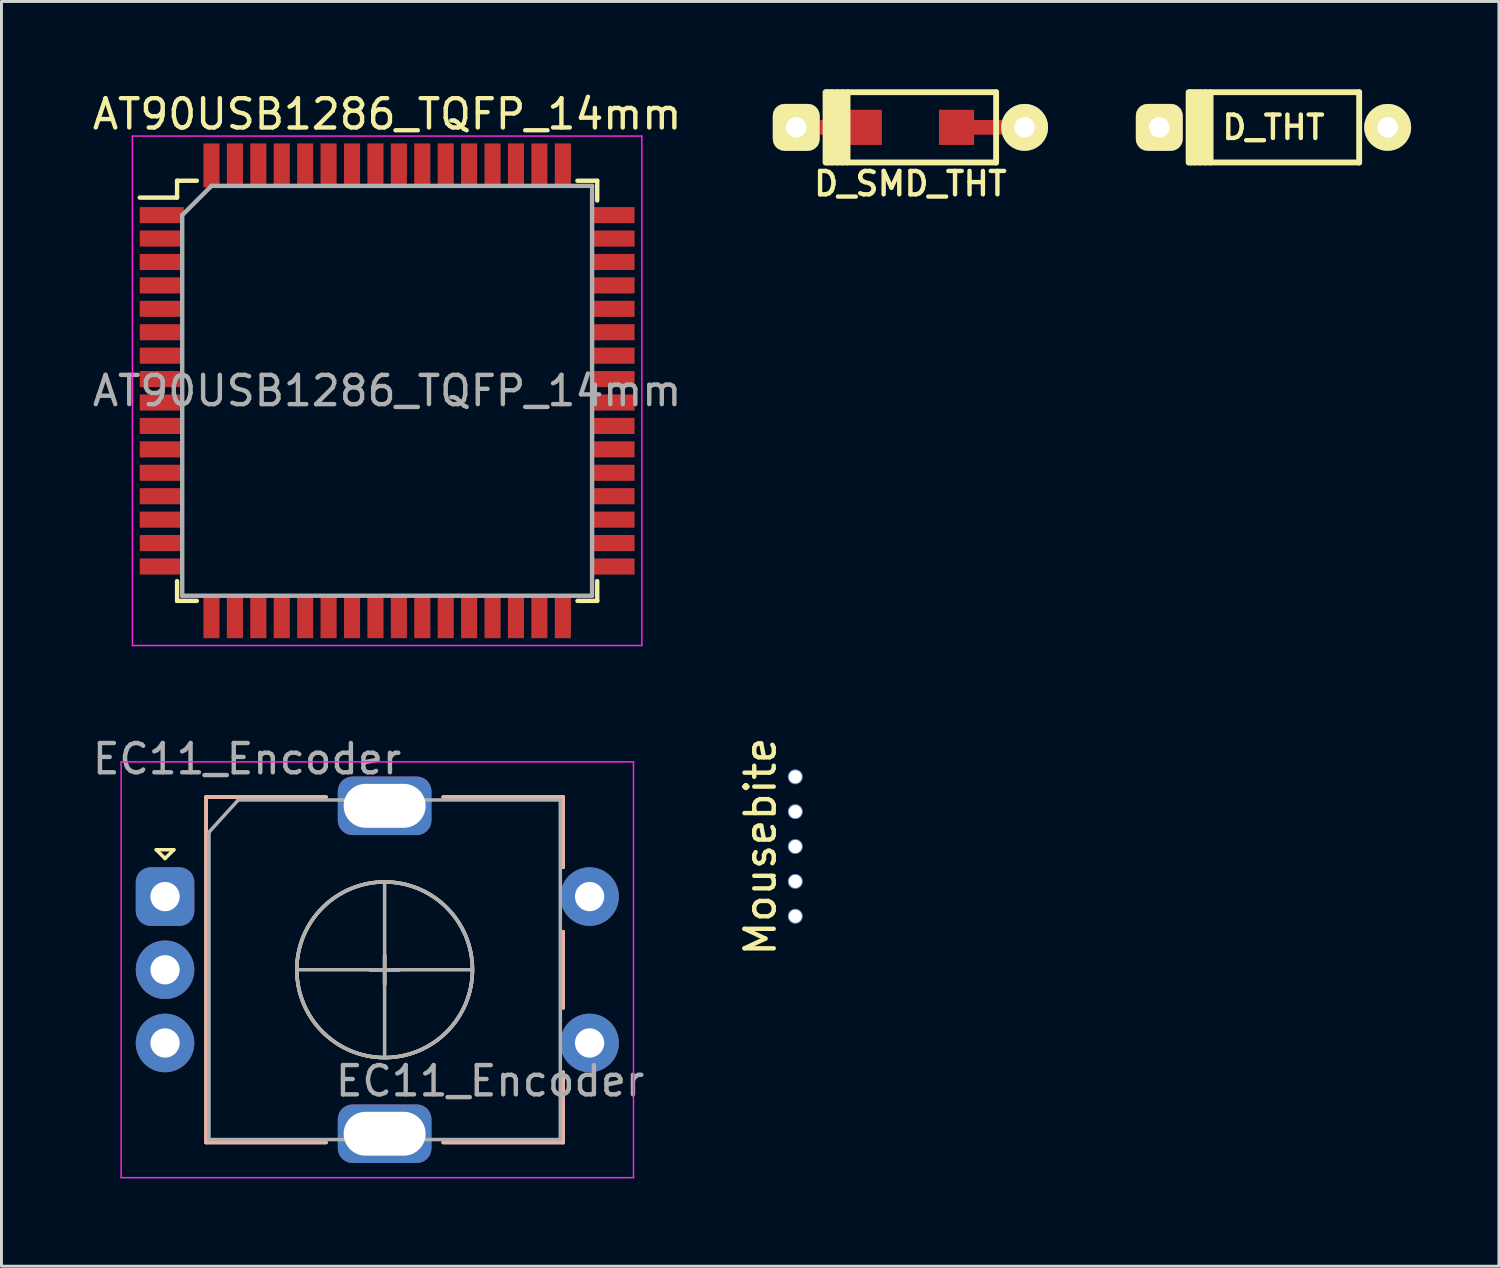
<source format=kicad_pcb>
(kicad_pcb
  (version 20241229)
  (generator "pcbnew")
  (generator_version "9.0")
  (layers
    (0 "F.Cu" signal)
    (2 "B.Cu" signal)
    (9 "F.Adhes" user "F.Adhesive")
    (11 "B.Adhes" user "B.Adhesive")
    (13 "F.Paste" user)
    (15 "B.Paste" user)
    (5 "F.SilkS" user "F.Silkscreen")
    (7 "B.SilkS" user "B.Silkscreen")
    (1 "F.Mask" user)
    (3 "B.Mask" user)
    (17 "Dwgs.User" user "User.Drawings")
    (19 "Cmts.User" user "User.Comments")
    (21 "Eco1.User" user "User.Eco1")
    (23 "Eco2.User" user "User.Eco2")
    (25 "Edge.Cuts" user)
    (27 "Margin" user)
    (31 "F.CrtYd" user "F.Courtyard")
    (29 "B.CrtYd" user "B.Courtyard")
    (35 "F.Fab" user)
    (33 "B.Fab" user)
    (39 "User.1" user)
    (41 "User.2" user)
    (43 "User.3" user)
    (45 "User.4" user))
  (footprint "D_SMD_THT"
    (layer "F.Cu")
    (at 28.045 1.3)
    (property "Reference" "D_SMD_THT" (at 0 1.925 0) (layer "F.SilkS") (effects (font (size 0.8 0.8) (thickness 0.15))))
    (attr smd)
    (fp_line (start -2.898 1.2) (end -2.898 -1.2) (stroke (width 0.2) (type solid)) (layer "F.SilkS"))
    (fp_line (start -2.873 -1.2) (end 2.927 -1.2) (stroke (width 0.2) (type solid)) (layer "F.SilkS"))
    (fp_line (start -2.798 -1.2) (end -2.798 1.2) (stroke (width 0.2) (type solid)) (layer "F.SilkS"))
    (fp_line (start -2.673 -1.2) (end -2.673 1.2) (stroke (width 0.2) (type solid)) (layer "F.SilkS"))
    (fp_line (start -2.498 -1.2) (end -2.498 1.2) (stroke (width 0.2) (type solid)) (layer "F.SilkS"))
    (fp_line (start -2.323 -1.2) (end -2.323 1.2) (stroke (width 0.2) (type solid)) (layer "F.SilkS"))
    (fp_line (start -2.148 -1.2) (end -2.148 1.2) (stroke (width 0.2) (type solid)) (layer "F.SilkS"))
    (fp_line (start 2.927 -1.2) (end 2.927 1.2) (stroke (width 0.2) (type solid)) (layer "F.SilkS"))
    (fp_line (start 2.927 1.2) (end -2.873 1.2) (stroke (width 0.2) (type solid)) (layer "F.SilkS"))
    (pad "1" thru_hole roundrect (at -3.9 0) (size 1.6 1.6) (drill 0.7) (layers "*.Cu" "*.Mask" "F.SilkS") (roundrect_rratio 0.25))
    (pad "1" smd rect (at -2.7 0) (size 2.5 0.5) (layers "F.Cu"))
    (pad "1" smd rect (at -1.575 0) (size 1.2 1.2) (layers "F.Cu" "F.Mask" "F.Paste"))
    (pad "2" smd rect (at 1.575 0) (size 1.2 1.2) (layers "F.Cu" "F.Mask" "F.Paste"))
    (pad "2" smd rect (at 2.7 0) (size 2.5 0.5) (layers "F.Cu"))
    (pad "2" thru_hole circle (at 3.9 0) (size 1.6 1.6) (drill 0.7) (layers "*.Cu" "*.Mask" "F.SilkS")))
  (footprint "Mousebite"
    (layer "F.Cu")
    (at 24.113 25.863)
    (property "Reference" "Mousebite" (at -1.191 0 90) (layer "F.SilkS") (effects (font (size 1 1) (thickness 0.15))))
    (attr through_hole)
    (pad "" np_thru_hole circle (at 0 -2.381) (size 0.508 0.508) (drill 0.45) (layers "*.Cu" "*.Mask"))
    (pad "" np_thru_hole circle (at 0 -1.191) (size 0.508 0.508) (drill 0.45) (layers "*.Cu" "*.Mask"))
    (pad "" np_thru_hole circle (at 0 0) (size 0.508 0.508) (drill 0.45) (layers "*.Cu" "*.Mask"))
    (pad "" np_thru_hole circle (at 0 1.191) (size 0.508 0.508) (drill 0.45) (layers "*.Cu" "*.Mask"))
    (pad "" np_thru_hole circle (at 0 2.381) (size 0.508 0.508) (drill 0.45) (layers "*.Cu" "*.Mask")))
  (footprint "D_THT"
    (layer "F.Cu")
    (at 40.445 1.3)
    (property "Reference" "D_THT" (at 0 0 0) (layer "F.SilkS") (effects (font (size 0.8 0.8) (thickness 0.15))))
    (attr smd)
    (fp_line (start -2.898 1.2) (end -2.898 -1.2) (stroke (width 0.2) (type solid)) (layer "F.SilkS"))
    (fp_line (start -2.873 -1.2) (end 2.927 -1.2) (stroke (width 0.2) (type solid)) (layer "F.SilkS"))
    (fp_line (start -2.798 -1.2) (end -2.798 1.2) (stroke (width 0.2) (type solid)) (layer "F.SilkS"))
    (fp_line (start -2.673 -1.2) (end -2.673 1.2) (stroke (width 0.2) (type solid)) (layer "F.SilkS"))
    (fp_line (start -2.498 -1.2) (end -2.498 1.2) (stroke (width 0.2) (type solid)) (layer "F.SilkS"))
    (fp_line (start -2.323 -1.2) (end -2.323 1.2) (stroke (width 0.2) (type solid)) (layer "F.SilkS"))
    (fp_line (start -2.148 -1.2) (end -2.148 1.2) (stroke (width 0.2) (type solid)) (layer "F.SilkS"))
    (fp_line (start 2.927 -1.2) (end 2.927 1.2) (stroke (width 0.2) (type solid)) (layer "F.SilkS"))
    (fp_line (start 2.927 1.2) (end -2.873 1.2) (stroke (width 0.2) (type solid)) (layer "F.SilkS"))
    (pad "1" thru_hole roundrect (at -3.9 0) (size 1.6 1.6) (drill 0.7) (layers "*.Cu" "*.Mask" "F.SilkS") (roundrect_rratio 0.25))
    (pad "2" thru_hole circle (at 3.9 0) (size 1.6 1.6) (drill 0.7) (layers "*.Cu" "*.Mask" "F.SilkS")))
  (footprint "AT90USB1286_TQFP_14mm"
    (layer "F.Cu")
    (at 10.173 10.298)
    (property "Reference" "AT90USB1286_TQFP_14mm" (at 0 -9.45 0) (layer "F.SilkS") (effects (font (size 1 1) (thickness 0.15))))
    (attr smd)
    (fp_line (start -7.175 -7.175) (end -7.175 -6.6) (stroke (width 0.15) (type solid)) (layer "F.SilkS"))
    (fp_line (start -7.175 -7.175) (end -6.5 -7.175) (stroke (width 0.15) (type solid)) (layer "F.SilkS"))
    (fp_line (start -7.175 -6.6) (end -8.45 -6.6) (stroke (width 0.15) (type solid)) (layer "F.SilkS"))
    (fp_line (start -7.175 7.175) (end -7.175 6.5) (stroke (width 0.15) (type solid)) (layer "F.SilkS"))
    (fp_line (start -7.175 7.175) (end -6.5 7.175) (stroke (width 0.15) (type solid)) (layer "F.SilkS"))
    (fp_line (start 7.175 -7.175) (end 6.5 -7.175) (stroke (width 0.15) (type solid)) (layer "F.SilkS"))
    (fp_line (start 7.175 -7.175) (end 7.175 -6.5) (stroke (width 0.15) (type solid)) (layer "F.SilkS"))
    (fp_line (start 7.175 7.175) (end 6.5 7.175) (stroke (width 0.15) (type solid)) (layer "F.SilkS"))
    (fp_line (start 7.175 7.175) (end 7.175 6.5) (stroke (width 0.15) (type solid)) (layer "F.SilkS"))
    (fp_line (start -8.7 -8.7) (end -8.7 8.7) (stroke (width 0.05) (type solid)) (layer "F.CrtYd"))
    (fp_line (start -8.7 -8.7) (end 8.7 -8.7) (stroke (width 0.05) (type solid)) (layer "F.CrtYd"))
    (fp_line (start -8.7 8.7) (end 8.7 8.7) (stroke (width 0.05) (type solid)) (layer "F.CrtYd"))
    (fp_line (start 8.7 -8.7) (end 8.7 8.7) (stroke (width 0.05) (type solid)) (layer "F.CrtYd"))
    (fp_line (start -7 -6) (end -6 -7) (stroke (width 0.15) (type solid)) (layer "F.Fab"))
    (fp_line (start -7 7) (end -7 -6) (stroke (width 0.15) (type solid)) (layer "F.Fab"))
    (fp_line (start -6 -7) (end 7 -7) (stroke (width 0.15) (type solid)) (layer "F.Fab"))
    (fp_line (start 7 -7) (end 7 7) (stroke (width 0.15) (type solid)) (layer "F.Fab"))
    (fp_line (start 7 7) (end -7 7) (stroke (width 0.15) (type solid)) (layer "F.Fab"))
    (fp_text user "${REFERENCE}" (at 0 0 0) (layer "F.Fab") (effects (font (size 1 1) (thickness 0.15))))
    (pad "1" smd rect (at -7.7 -6) (size 1.5 0.55) (layers "F.Cu" "F.Mask" "F.Paste"))
    (pad "2" smd rect (at -7.7 -5.2) (size 1.5 0.55) (layers "F.Cu" "F.Mask" "F.Paste"))
    (pad "3" smd rect (at -7.7 -4.4) (size 1.5 0.55) (layers "F.Cu" "F.Mask" "F.Paste"))
    (pad "4" smd rect (at -7.7 -3.6) (size 1.5 0.55) (layers "F.Cu" "F.Mask" "F.Paste"))
    (pad "5" smd rect (at -7.7 -2.8) (size 1.5 0.55) (layers "F.Cu" "F.Mask" "F.Paste"))
    (pad "6" smd rect (at -7.7 -2) (size 1.5 0.55) (layers "F.Cu" "F.Mask" "F.Paste"))
    (pad "7" smd rect (at -7.7 -1.2) (size 1.5 0.55) (layers "F.Cu" "F.Mask" "F.Paste"))
    (pad "8" smd rect (at -7.7 -0.4) (size 1.5 0.55) (layers "F.Cu" "F.Mask" "F.Paste"))
    (pad "9" smd rect (at -7.7 0.4) (size 1.5 0.55) (layers "F.Cu" "F.Mask" "F.Paste"))
    (pad "10" smd rect (at -7.7 1.2) (size 1.5 0.55) (layers "F.Cu" "F.Mask" "F.Paste"))
    (pad "11" smd rect (at -7.7 2) (size 1.5 0.55) (layers "F.Cu" "F.Mask" "F.Paste"))
    (pad "12" smd rect (at -7.7 2.8) (size 1.5 0.55) (layers "F.Cu" "F.Mask" "F.Paste"))
    (pad "13" smd rect (at -7.7 3.6) (size 1.5 0.55) (layers "F.Cu" "F.Mask" "F.Paste"))
    (pad "14" smd rect (at -7.7 4.4) (size 1.5 0.55) (layers "F.Cu" "F.Mask" "F.Paste"))
    (pad "15" smd rect (at -7.7 5.2) (size 1.5 0.55) (layers "F.Cu" "F.Mask" "F.Paste"))
    (pad "16" smd rect (at -7.7 6) (size 1.5 0.55) (layers "F.Cu" "F.Mask" "F.Paste"))
    (pad "17" smd rect (at -6 7.7 90) (size 1.5 0.55) (layers "F.Cu" "F.Mask" "F.Paste"))
    (pad "18" smd rect (at -5.2 7.7 90) (size 1.5 0.55) (layers "F.Cu" "F.Mask" "F.Paste"))
    (pad "19" smd rect (at -4.4 7.7 90) (size 1.5 0.55) (layers "F.Cu" "F.Mask" "F.Paste"))
    (pad "20" smd rect (at -3.6 7.7 90) (size 1.5 0.55) (layers "F.Cu" "F.Mask" "F.Paste"))
    (pad "21" smd rect (at -2.8 7.7 90) (size 1.5 0.55) (layers "F.Cu" "F.Mask" "F.Paste"))
    (pad "22" smd rect (at -2 7.7 90) (size 1.5 0.55) (layers "F.Cu" "F.Mask" "F.Paste"))
    (pad "23" smd rect (at -1.2 7.7 90) (size 1.5 0.55) (layers "F.Cu" "F.Mask" "F.Paste"))
    (pad "24" smd rect (at -0.4 7.7 90) (size 1.5 0.55) (layers "F.Cu" "F.Mask" "F.Paste"))
    (pad "25" smd rect (at 0.4 7.7 90) (size 1.5 0.55) (layers "F.Cu" "F.Mask" "F.Paste"))
    (pad "26" smd rect (at 1.2 7.7 90) (size 1.5 0.55) (layers "F.Cu" "F.Mask" "F.Paste"))
    (pad "27" smd rect (at 2 7.7 90) (size 1.5 0.55) (layers "F.Cu" "F.Mask" "F.Paste"))
    (pad "28" smd rect (at 2.8 7.7 90) (size 1.5 0.55) (layers "F.Cu" "F.Mask" "F.Paste"))
    (pad "29" smd rect (at 3.6 7.7 90) (size 1.5 0.55) (layers "F.Cu" "F.Mask" "F.Paste"))
    (pad "30" smd rect (at 4.4 7.7 90) (size 1.5 0.55) (layers "F.Cu" "F.Mask" "F.Paste"))
    (pad "31" smd rect (at 5.2 7.7 90) (size 1.5 0.55) (layers "F.Cu" "F.Mask" "F.Paste"))
    (pad "32" smd rect (at 6 7.7 90) (size 1.5 0.55) (layers "F.Cu" "F.Mask" "F.Paste"))
    (pad "33" smd rect (at 7.7 6) (size 1.5 0.55) (layers "F.Cu" "F.Mask" "F.Paste"))
    (pad "34" smd rect (at 7.7 5.2) (size 1.5 0.55) (layers "F.Cu" "F.Mask" "F.Paste"))
    (pad "35" smd rect (at 7.7 4.4) (size 1.5 0.55) (layers "F.Cu" "F.Mask" "F.Paste"))
    (pad "36" smd rect (at 7.7 3.6) (size 1.5 0.55) (layers "F.Cu" "F.Mask" "F.Paste"))
    (pad "37" smd rect (at 7.7 2.8) (size 1.5 0.55) (layers "F.Cu" "F.Mask" "F.Paste"))
    (pad "38" smd rect (at 7.7 2) (size 1.5 0.55) (layers "F.Cu" "F.Mask" "F.Paste"))
    (pad "39" smd rect (at 7.7 1.2) (size 1.5 0.55) (layers "F.Cu" "F.Mask" "F.Paste"))
    (pad "40" smd rect (at 7.7 0.4) (size 1.5 0.55) (layers "F.Cu" "F.Mask" "F.Paste"))
    (pad "41" smd rect (at 7.7 -0.4) (size 1.5 0.55) (layers "F.Cu" "F.Mask" "F.Paste"))
    (pad "42" smd rect (at 7.7 -1.2) (size 1.5 0.55) (layers "F.Cu" "F.Mask" "F.Paste"))
    (pad "43" smd rect (at 7.7 -2) (size 1.5 0.55) (layers "F.Cu" "F.Mask" "F.Paste"))
    (pad "44" smd rect (at 7.7 -2.8) (size 1.5 0.55) (layers "F.Cu" "F.Mask" "F.Paste"))
    (pad "45" smd rect (at 7.7 -3.6) (size 1.5 0.55) (layers "F.Cu" "F.Mask" "F.Paste"))
    (pad "46" smd rect (at 7.7 -4.4) (size 1.5 0.55) (layers "F.Cu" "F.Mask" "F.Paste"))
    (pad "47" smd rect (at 7.7 -5.2) (size 1.5 0.55) (layers "F.Cu" "F.Mask" "F.Paste"))
    (pad "48" smd rect (at 7.7 -6) (size 1.5 0.55) (layers "F.Cu" "F.Mask" "F.Paste"))
    (pad "49" smd rect (at 6 -7.7 90) (size 1.5 0.55) (layers "F.Cu" "F.Mask" "F.Paste"))
    (pad "50" smd rect (at 5.2 -7.7 90) (size 1.5 0.55) (layers "F.Cu" "F.Mask" "F.Paste"))
    (pad "51" smd rect (at 4.4 -7.7 90) (size 1.5 0.55) (layers "F.Cu" "F.Mask" "F.Paste"))
    (pad "52" smd rect (at 3.6 -7.7 90) (size 1.5 0.55) (layers "F.Cu" "F.Mask" "F.Paste"))
    (pad "53" smd rect (at 2.8 -7.7 90) (size 1.5 0.55) (layers "F.Cu" "F.Mask" "F.Paste"))
    (pad "54" smd rect (at 2 -7.7 90) (size 1.5 0.55) (layers "F.Cu" "F.Mask" "F.Paste"))
    (pad "55" smd rect (at 1.2 -7.7 90) (size 1.5 0.55) (layers "F.Cu" "F.Mask" "F.Paste"))
    (pad "56" smd rect (at 0.4 -7.7 90) (size 1.5 0.55) (layers "F.Cu" "F.Mask" "F.Paste"))
    (pad "57" smd rect (at -0.4 -7.7 90) (size 1.5 0.55) (layers "F.Cu" "F.Mask" "F.Paste"))
    (pad "58" smd rect (at -1.2 -7.7 90) (size 1.5 0.55) (layers "F.Cu" "F.Mask" "F.Paste"))
    (pad "59" smd rect (at -2 -7.7 90) (size 1.5 0.55) (layers "F.Cu" "F.Mask" "F.Paste"))
    (pad "60" smd rect (at -2.8 -7.7 90) (size 1.5 0.55) (layers "F.Cu" "F.Mask" "F.Paste"))
    (pad "61" smd rect (at -3.6 -7.7 90) (size 1.5 0.55) (layers "F.Cu" "F.Mask" "F.Paste"))
    (pad "62" smd rect (at -4.4 -7.7 90) (size 1.5 0.55) (layers "F.Cu" "F.Mask" "F.Paste"))
    (pad "63" smd rect (at -5.2 -7.7 90) (size 1.5 0.55) (layers "F.Cu" "F.Mask" "F.Paste"))
    (pad "64" smd rect (at -6 -7.7 90) (size 1.5 0.55) (layers "F.Cu" "F.Mask" "F.Paste")))
  (footprint "EC11_Encoder"
    (layer "F.Cu")
    (at 10.087 30.072)
    (property "Reference" "EC11_Encoder" (at -4.7 -7.2 0) (layer "F.Fab") (effects (font (size 1 1) (thickness 0.15))))
    (attr through_hole)
    (fp_line (start -7.8 -4.1) (end -7.2 -4.1) (stroke (width 0.12) (type solid)) (layer "F.SilkS"))
    (fp_line (start -7.5 -3.8) (end -7.8 -4.1) (stroke (width 0.12) (type solid)) (layer "F.SilkS"))
    (fp_line (start -7.2 -4.1) (end -7.5 -3.8) (stroke (width 0.12) (type solid)) (layer "F.SilkS"))
    (fp_line (start -6.1 -5.9) (end -6.1 5.9) (stroke (width 0.12) (type solid)) (layer "F.SilkS"))
    (fp_line (start -2 -5.9) (end -6.1 -5.9) (stroke (width 0.12) (type solid)) (layer "F.SilkS"))
    (fp_line (start -2 5.9) (end -6.1 5.9) (stroke (width 0.12) (type solid)) (layer "F.SilkS"))
    (fp_line (start -0.5 0) (end 0.5 0) (stroke (width 0.12) (type solid)) (layer "F.SilkS"))
    (fp_line (start 0 -0.5) (end 0 0.5) (stroke (width 0.12) (type solid)) (layer "F.SilkS"))
    (fp_line (start 2 -5.9) (end 6.1 -5.9) (stroke (width 0.12) (type solid)) (layer "F.SilkS"))
    (fp_line (start 6.1 -5.9) (end 6.1 -3.5) (stroke (width 0.12) (type solid)) (layer "F.SilkS"))
    (fp_line (start 6.1 -1.3) (end 6.1 1.3) (stroke (width 0.12) (type solid)) (layer "F.SilkS"))
    (fp_line (start 6.1 3.5) (end 6.1 5.9) (stroke (width 0.12) (type solid)) (layer "F.SilkS"))
    (fp_line (start 6.1 5.9) (end 2 5.9) (stroke (width 0.12) (type solid)) (layer "F.SilkS"))
    (fp_circle (center 0 0) (end 3 0) (stroke (width 0.12) (type solid)) (fill no) (layer "F.SilkS"))
    (fp_line (start -6.1 5.9) (end -6.1 -5.9) (stroke (width 0.12) (type solid)) (layer "B.SilkS"))
    (fp_line (start -2 -5.9) (end -6.1 -5.9) (stroke (width 0.12) (type solid)) (layer "B.SilkS"))
    (fp_line (start -2 5.9) (end -6.1 5.9) (stroke (width 0.12) (type solid)) (layer "B.SilkS"))
    (fp_line (start -0.5 0) (end 0.5 0) (stroke (width 0.12) (type solid)) (layer "B.SilkS"))
    (fp_line (start 0 0.5) (end 0 -0.5) (stroke (width 0.12) (type solid)) (layer "B.SilkS"))
    (fp_line (start 2 5.9) (end 6.1 5.9) (stroke (width 0.12) (type solid)) (layer "B.SilkS"))
    (fp_line (start 6.1 -5.9) (end 2 -5.9) (stroke (width 0.12) (type solid)) (layer "B.SilkS"))
    (fp_line (start 6.1 -3.5) (end 6.1 -5.9) (stroke (width 0.12) (type solid)) (layer "B.SilkS"))
    (fp_line (start 6.1 1.3) (end 6.1 -1.3) (stroke (width 0.12) (type solid)) (layer "B.SilkS"))
    (fp_line (start 6.1 5.9) (end 6.1 3.5) (stroke (width 0.12) (type solid)) (layer "B.SilkS"))
    (fp_circle (center 0 0) (end 3 0) (stroke (width 0.12) (type solid)) (fill no) (layer "B.SilkS"))
    (fp_line (start -9 -7.1) (end -9 7.1) (stroke (width 0.05) (type solid)) (layer "F.CrtYd"))
    (fp_line (start -9 -7.1) (end 8.5 -7.1) (stroke (width 0.05) (type solid)) (layer "F.CrtYd"))
    (fp_line (start 8.5 7.1) (end -9 7.1) (stroke (width 0.05) (type solid)) (layer "F.CrtYd"))
    (fp_line (start 8.5 7.1) (end 8.5 -7.1) (stroke (width 0.05) (type solid)) (layer "F.CrtYd"))
    (fp_line (start -6 -4.7) (end -5 -5.8) (stroke (width 0.12) (type solid)) (layer "F.Fab"))
    (fp_line (start -6 5.8) (end -6 -4.7) (stroke (width 0.12) (type solid)) (layer "F.Fab"))
    (fp_line (start -5 -5.8) (end 6 -5.8) (stroke (width 0.12) (type solid)) (layer "F.Fab"))
    (fp_line (start -3 0) (end 3 0) (stroke (width 0.12) (type solid)) (layer "F.Fab"))
    (fp_line (start 0 -3) (end 0 3) (stroke (width 0.12) (type solid)) (layer "F.Fab"))
    (fp_line (start 6 -5.8) (end 6 5.8) (stroke (width 0.12) (type solid)) (layer "F.Fab"))
    (fp_line (start 6 5.8) (end -6 5.8) (stroke (width 0.12) (type solid)) (layer "F.Fab"))
    (fp_circle (center 0 0) (end 3 0) (stroke (width 0.12) (type solid)) (fill no) (layer "F.Fab"))
    (fp_text user "${REFERENCE}" (at 3.6 3.8 0) (layer "F.Fab") (effects (font (size 1 1) (thickness 0.15))))
    (pad "A" thru_hole roundrect (at -7.5 -2.5) (size 2 2) (drill 1) (layers "*.Cu" "*.Mask") (roundrect_rratio 0.25))
    (pad "B" thru_hole circle (at -7.5 2.5) (size 2 2) (drill 1) (layers "*.Cu" "*.Mask"))
    (pad "C" thru_hole circle (at -7.5 0) (size 2 2) (drill 1) (layers "*.Cu" "*.Mask"))
    (pad "MP" thru_hole roundrect (at 0 -5.6) (size 3.2 2) (drill oval 2.8 1.5) (layers "*.Cu" "*.Mask") (roundrect_rratio 0.25))
    (pad "MP" thru_hole roundrect (at 0 5.6) (size 3.2 2) (drill oval 2.8 1.5) (layers "*.Cu" "*.Mask") (roundrect_rratio 0.25))
    (pad "S1" thru_hole circle (at 7 2.5) (size 2 2) (drill 1) (layers "*.Cu" "*.Mask"))
    (pad "S2" thru_hole circle (at 7 -2.5) (size 2 2) (drill 1) (layers "*.Cu" "*.Mask")))
  (gr_rect
    (start -3 -3)
    (end 48.145 40.197)
    (stroke (width 0.1) (type default))
    (fill no)
    (layer "Edge.Cuts")))
</source>
